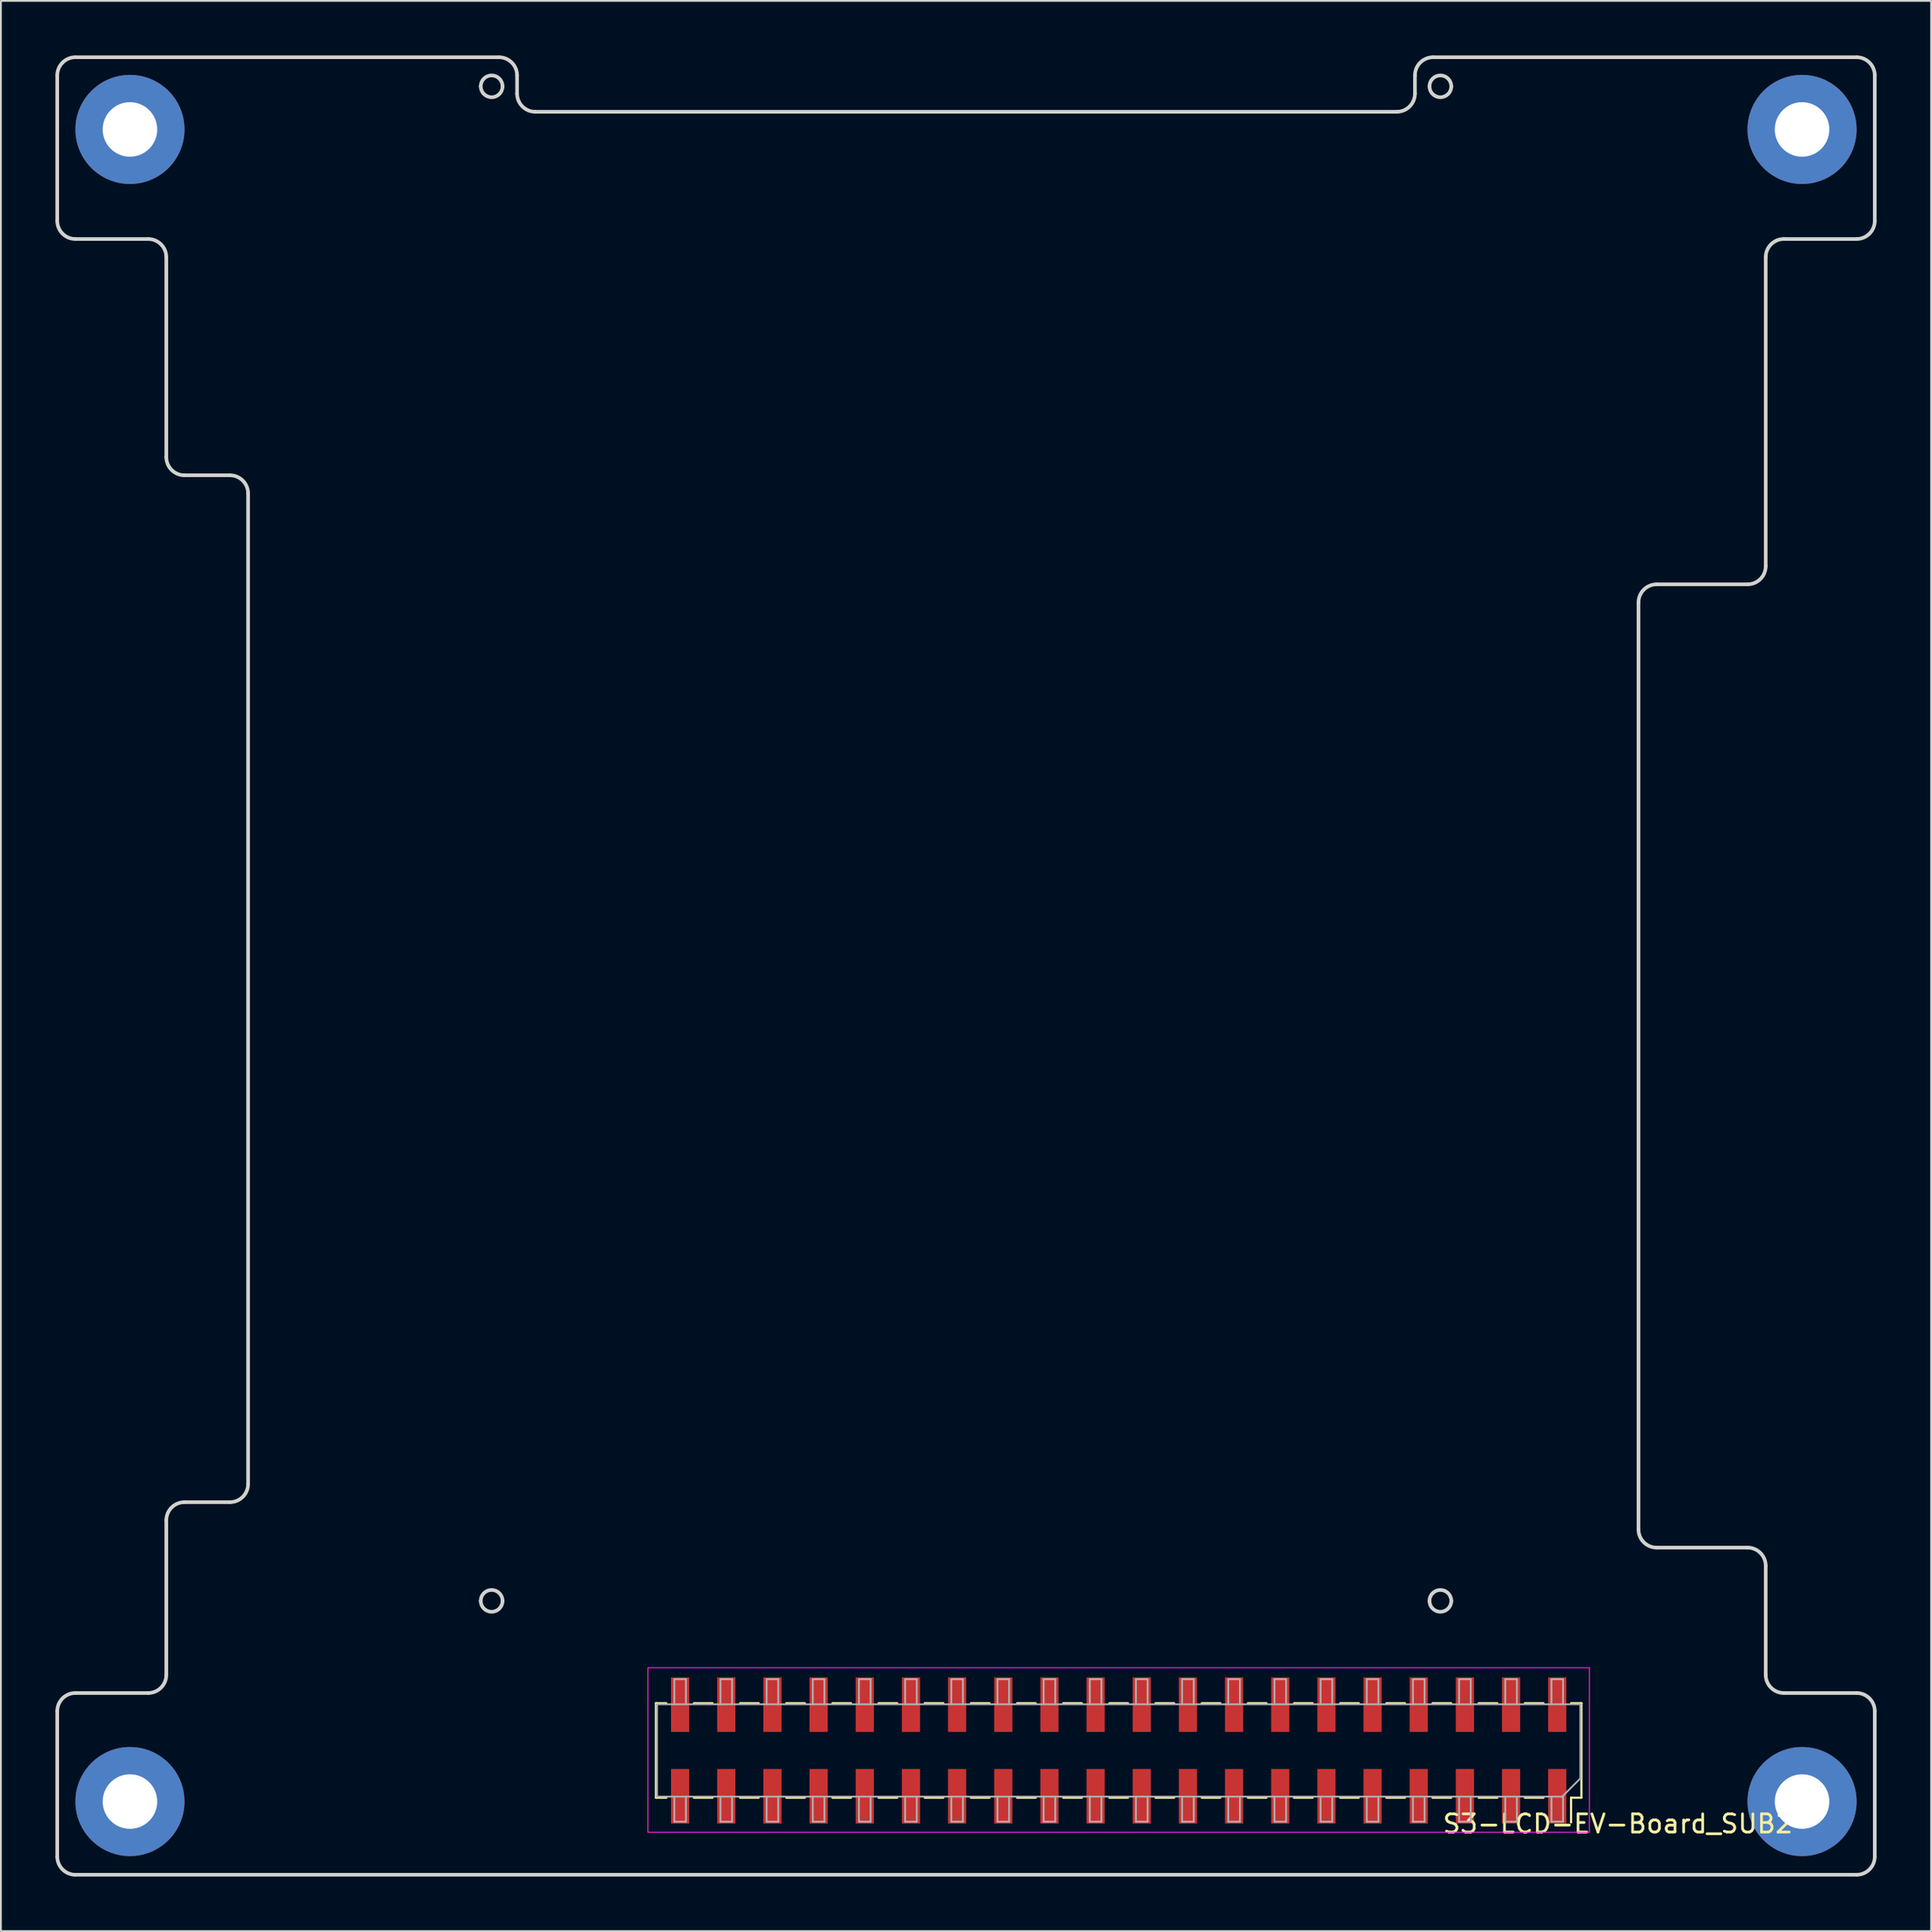
<source format=kicad_pcb>
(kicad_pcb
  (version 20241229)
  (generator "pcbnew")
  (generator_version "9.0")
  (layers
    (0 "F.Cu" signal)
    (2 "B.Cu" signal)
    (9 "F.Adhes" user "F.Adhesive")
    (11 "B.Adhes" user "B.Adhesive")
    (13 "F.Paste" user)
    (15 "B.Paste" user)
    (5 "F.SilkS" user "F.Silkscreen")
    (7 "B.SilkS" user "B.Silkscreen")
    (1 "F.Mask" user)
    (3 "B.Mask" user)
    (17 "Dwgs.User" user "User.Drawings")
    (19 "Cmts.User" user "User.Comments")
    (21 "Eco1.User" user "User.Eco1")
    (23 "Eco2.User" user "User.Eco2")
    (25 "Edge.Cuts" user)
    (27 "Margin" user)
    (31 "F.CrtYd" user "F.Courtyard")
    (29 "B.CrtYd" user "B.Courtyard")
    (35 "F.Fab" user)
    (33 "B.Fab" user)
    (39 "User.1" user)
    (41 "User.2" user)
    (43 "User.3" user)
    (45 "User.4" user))
  (footprint "S3-LCD-EV-Board_SUB2"
    (layer "F.Cu")
    (at 82.63 95.762)
    (property "Reference" "S3-LCD-EV-Board_SUB2" (at 3.335 1.531 0) (unlocked yes) (layer "F.SilkS") (effects (font (size 1 1) (thickness 0.15))))
    (attr through_hole)
    (fp_line (start -49.59 -5.102) (end -49.59 0.098) (stroke (width 0.12) (type solid)) (layer "F.SilkS"))
    (fp_line (start -49.02 -5.102) (end -49.59 -5.102) (stroke (width 0.12) (type solid)) (layer "F.SilkS"))
    (fp_line (start -49.02 0.098) (end -49.59 0.098) (stroke (width 0.12) (type solid)) (layer "F.SilkS"))
    (fp_line (start -46.48 -5.102) (end -47.5 -5.102) (stroke (width 0.12) (type solid)) (layer "F.SilkS"))
    (fp_line (start -46.48 0.098) (end -47.5 0.098) (stroke (width 0.12) (type solid)) (layer "F.SilkS"))
    (fp_line (start -43.94 -5.102) (end -44.96 -5.102) (stroke (width 0.12) (type solid)) (layer "F.SilkS"))
    (fp_line (start -43.94 0.098) (end -44.96 0.098) (stroke (width 0.12) (type solid)) (layer "F.SilkS"))
    (fp_line (start -41.4 -5.102) (end -42.42 -5.102) (stroke (width 0.12) (type solid)) (layer "F.SilkS"))
    (fp_line (start -41.4 0.098) (end -42.42 0.098) (stroke (width 0.12) (type solid)) (layer "F.SilkS"))
    (fp_line (start -38.86 -5.102) (end -39.88 -5.102) (stroke (width 0.12) (type solid)) (layer "F.SilkS"))
    (fp_line (start -38.86 0.098) (end -39.88 0.098) (stroke (width 0.12) (type solid)) (layer "F.SilkS"))
    (fp_line (start -36.32 -5.102) (end -37.34 -5.102) (stroke (width 0.12) (type solid)) (layer "F.SilkS"))
    (fp_line (start -36.32 0.098) (end -37.34 0.098) (stroke (width 0.12) (type solid)) (layer "F.SilkS"))
    (fp_line (start -33.78 -5.102) (end -34.8 -5.102) (stroke (width 0.12) (type solid)) (layer "F.SilkS"))
    (fp_line (start -33.78 0.098) (end -34.8 0.098) (stroke (width 0.12) (type solid)) (layer "F.SilkS"))
    (fp_line (start -31.24 -5.102) (end -32.26 -5.102) (stroke (width 0.12) (type solid)) (layer "F.SilkS"))
    (fp_line (start -31.24 0.098) (end -32.26 0.098) (stroke (width 0.12) (type solid)) (layer "F.SilkS"))
    (fp_line (start -28.7 -5.102) (end -29.72 -5.102) (stroke (width 0.12) (type solid)) (layer "F.SilkS"))
    (fp_line (start -28.7 0.098) (end -29.72 0.098) (stroke (width 0.12) (type solid)) (layer "F.SilkS"))
    (fp_line (start -26.16 -5.102) (end -27.18 -5.102) (stroke (width 0.12) (type solid)) (layer "F.SilkS"))
    (fp_line (start -26.16 0.098) (end -27.18 0.098) (stroke (width 0.12) (type solid)) (layer "F.SilkS"))
    (fp_line (start -23.62 -5.102) (end -24.64 -5.102) (stroke (width 0.12) (type solid)) (layer "F.SilkS"))
    (fp_line (start -23.62 0.098) (end -24.64 0.098) (stroke (width 0.12) (type solid)) (layer "F.SilkS"))
    (fp_line (start -21.08 -5.102) (end -22.1 -5.102) (stroke (width 0.12) (type solid)) (layer "F.SilkS"))
    (fp_line (start -21.08 0.098) (end -22.1 0.098) (stroke (width 0.12) (type solid)) (layer "F.SilkS"))
    (fp_line (start -18.54 -5.102) (end -19.56 -5.102) (stroke (width 0.12) (type solid)) (layer "F.SilkS"))
    (fp_line (start -18.54 0.098) (end -19.56 0.098) (stroke (width 0.12) (type solid)) (layer "F.SilkS"))
    (fp_line (start -16 -5.102) (end -17.02 -5.102) (stroke (width 0.12) (type solid)) (layer "F.SilkS"))
    (fp_line (start -16 0.098) (end -17.02 0.098) (stroke (width 0.12) (type solid)) (layer "F.SilkS"))
    (fp_line (start -13.46 -5.102) (end -14.48 -5.102) (stroke (width 0.12) (type solid)) (layer "F.SilkS"))
    (fp_line (start -13.46 0.098) (end -14.48 0.098) (stroke (width 0.12) (type solid)) (layer "F.SilkS"))
    (fp_line (start -10.92 -5.102) (end -11.94 -5.102) (stroke (width 0.12) (type solid)) (layer "F.SilkS"))
    (fp_line (start -10.92 0.098) (end -11.94 0.098) (stroke (width 0.12) (type solid)) (layer "F.SilkS"))
    (fp_line (start -8.38 -5.102) (end -9.4 -5.102) (stroke (width 0.12) (type solid)) (layer "F.SilkS"))
    (fp_line (start -8.38 0.098) (end -9.4 0.098) (stroke (width 0.12) (type solid)) (layer "F.SilkS"))
    (fp_line (start -5.84 -5.102) (end -6.86 -5.102) (stroke (width 0.12) (type solid)) (layer "F.SilkS"))
    (fp_line (start -5.84 0.098) (end -6.86 0.098) (stroke (width 0.12) (type solid)) (layer "F.SilkS"))
    (fp_line (start -3.3 -5.102) (end -4.32 -5.102) (stroke (width 0.12) (type solid)) (layer "F.SilkS"))
    (fp_line (start -3.3 0.098) (end -4.32 0.098) (stroke (width 0.12) (type solid)) (layer "F.SilkS"))
    (fp_line (start -0.76 -5.102) (end -1.78 -5.102) (stroke (width 0.12) (type solid)) (layer "F.SilkS"))
    (fp_line (start -0.76 0.098) (end -1.78 0.098) (stroke (width 0.12) (type solid)) (layer "F.SilkS"))
    (fp_line (start 0.76 0.098) (end 0.76 1.458) (stroke (width 0.12) (type solid)) (layer "F.SilkS"))
    (fp_line (start 1.33 -5.102) (end 0.76 -5.102) (stroke (width 0.12) (type solid)) (layer "F.SilkS"))
    (fp_line (start 1.33 -5.102) (end 1.33 0.098) (stroke (width 0.12) (type solid)) (layer "F.SilkS"))
    (fp_line (start 1.33 0.098) (end 0.76 0.098) (stroke (width 0.12) (type solid)) (layer "F.SilkS"))
    (fp_line (start -82.53 -94.662) (end -82.53 -86.662) (stroke (width 0.2) (type solid)) (layer "Edge.Cuts"))
    (fp_line (start -82.53 -4.662) (end -82.53 3.338) (stroke (width 0.2) (type solid)) (layer "Edge.Cuts"))
    (fp_line (start -81.53 -85.662) (end -77.53 -85.662) (stroke (width 0.2) (type solid)) (layer "Edge.Cuts"))
    (fp_line (start -81.53 4.338) (end 16.47 4.338) (stroke (width 0.2) (type solid)) (layer "Edge.Cuts"))
    (fp_line (start -77.53 -5.662) (end -81.53 -5.662) (stroke (width 0.2) (type solid)) (layer "Edge.Cuts"))
    (fp_line (start -76.53 -84.662) (end -76.53 -73.662) (stroke (width 0.2) (type solid)) (layer "Edge.Cuts"))
    (fp_line (start -76.53 -15.162) (end -76.53 -6.662) (stroke (width 0.2) (type solid)) (layer "Edge.Cuts"))
    (fp_line (start -75.53 -72.662) (end -73.03 -72.662) (stroke (width 0.2) (type solid)) (layer "Edge.Cuts"))
    (fp_line (start -73.03 -16.162) (end -75.53 -16.162) (stroke (width 0.2) (type solid)) (layer "Edge.Cuts"))
    (fp_line (start -72.03 -71.662) (end -72.03 -17.162) (stroke (width 0.2) (type solid)) (layer "Edge.Cuts"))
    (fp_line (start -58.23 -95.662) (end -81.53 -95.662) (stroke (width 0.2) (type solid)) (layer "Edge.Cuts"))
    (fp_line (start -57.23 -93.662) (end -57.23 -94.662) (stroke (width 0.2) (type solid)) (layer "Edge.Cuts"))
    (fp_line (start -8.83 -92.662) (end -56.23 -92.662) (stroke (width 0.2) (type solid)) (layer "Edge.Cuts"))
    (fp_line (start -7.83 -94.662) (end -7.83 -93.662) (stroke (width 0.2) (type solid)) (layer "Edge.Cuts"))
    (fp_line (start 4.47 -14.662) (end 4.47 -65.662) (stroke (width 0.2) (type solid)) (layer "Edge.Cuts"))
    (fp_line (start 5.47 -66.662) (end 10.47 -66.662) (stroke (width 0.2) (type solid)) (layer "Edge.Cuts"))
    (fp_line (start 10.47 -13.662) (end 5.47 -13.662) (stroke (width 0.2) (type solid)) (layer "Edge.Cuts"))
    (fp_line (start 11.47 -6.662) (end 11.47 -12.662) (stroke (width 0.2) (type solid)) (layer "Edge.Cuts"))
    (fp_line (start 11.47 -67.662) (end 11.47 -84.662) (stroke (width 0.2) (type solid)) (layer "Edge.Cuts"))
    (fp_line (start 12.47 -85.662) (end 16.47 -85.662) (stroke (width 0.2) (type solid)) (layer "Edge.Cuts"))
    (fp_line (start 16.47 -5.662) (end 12.47 -5.662) (stroke (width 0.2) (type solid)) (layer "Edge.Cuts"))
    (fp_line (start 16.47 -95.662) (end -6.83 -95.662) (stroke (width 0.2) (type solid)) (layer "Edge.Cuts"))
    (fp_line (start 17.47 3.338) (end 17.47 -4.662) (stroke (width 0.2) (type solid)) (layer "Edge.Cuts"))
    (fp_line (start 17.47 -86.662) (end 17.47 -94.662) (stroke (width 0.2) (type solid)) (layer "Edge.Cuts"))
    (fp_arc (start -82.53 -94.662) (mid -82.237107 -95.369107) (end -81.53 -95.662) (stroke (width 0.2) (type solid)) (layer "Edge.Cuts"))
    (fp_arc (start -82.53 -4.662) (mid -82.237107 -5.369107) (end -81.53 -5.662) (stroke (width 0.2) (type solid)) (layer "Edge.Cuts"))
    (fp_arc (start -81.53 -85.662) (mid -82.237107 -85.954893) (end -82.53 -86.662) (stroke (width 0.2) (type solid)) (layer "Edge.Cuts"))
    (fp_arc (start -81.53 4.338) (mid -82.237107 4.045107) (end -82.53 3.338) (stroke (width 0.2) (type solid)) (layer "Edge.Cuts"))
    (fp_arc (start -77.53 -85.662) (mid -76.822893 -85.369107) (end -76.53 -84.662) (stroke (width 0.2) (type solid)) (layer "Edge.Cuts"))
    (fp_arc (start -76.53 -15.162) (mid -76.237107 -15.869107) (end -75.53 -16.162) (stroke (width 0.2) (type solid)) (layer "Edge.Cuts"))
    (fp_arc (start -76.53 -6.662) (mid -76.822893 -5.954893) (end -77.53 -5.662) (stroke (width 0.2) (type solid)) (layer "Edge.Cuts"))
    (fp_arc (start -75.53 -72.662) (mid -76.237107 -72.954893) (end -76.53 -73.662) (stroke (width 0.2) (type solid)) (layer "Edge.Cuts"))
    (fp_arc (start -73.03 -72.662) (mid -72.322893 -72.369107) (end -72.03 -71.662) (stroke (width 0.2) (type solid)) (layer "Edge.Cuts"))
    (fp_arc (start -72.03 -17.162) (mid -72.322893 -16.454893) (end -73.03 -16.162) (stroke (width 0.2) (type solid)) (layer "Edge.Cuts"))
    (fp_arc (start -59.23 -94.062) (mid -58.63 -94.662) (end -58.03 -94.062) (stroke (width 0.2) (type solid)) (layer "Edge.Cuts"))
    (fp_arc (start -59.23 -10.732) (mid -58.63 -11.332) (end -58.03 -10.732) (stroke (width 0.2) (type solid)) (layer "Edge.Cuts"))
    (fp_arc (start -58.23 -95.662) (mid -57.522893 -95.369107) (end -57.23 -94.662) (stroke (width 0.2) (type solid)) (layer "Edge.Cuts"))
    (fp_arc (start -58.03 -94.062) (mid -58.63 -93.462) (end -59.23 -94.062) (stroke (width 0.2) (type solid)) (layer "Edge.Cuts"))
    (fp_arc (start -58.03 -10.732) (mid -58.63 -10.132) (end -59.23 -10.732) (stroke (width 0.2) (type solid)) (layer "Edge.Cuts"))
    (fp_arc (start -56.23 -92.662) (mid -56.937107 -92.954893) (end -57.23 -93.662) (stroke (width 0.2) (type solid)) (layer "Edge.Cuts"))
    (fp_arc (start -7.83 -94.662) (mid -7.537107 -95.369107) (end -6.83 -95.662) (stroke (width 0.2) (type solid)) (layer "Edge.Cuts"))
    (fp_arc (start -7.83 -93.662) (mid -8.122893 -92.954893) (end -8.83 -92.662) (stroke (width 0.2) (type solid)) (layer "Edge.Cuts"))
    (fp_arc (start -7.03 -94.062) (mid -6.43 -94.662) (end -5.83 -94.062) (stroke (width 0.2) (type solid)) (layer "Edge.Cuts"))
    (fp_arc (start -7.03 -10.732) (mid -6.43 -11.332) (end -5.83 -10.732) (stroke (width 0.2) (type solid)) (layer "Edge.Cuts"))
    (fp_arc (start -5.83 -94.062) (mid -6.43 -93.462) (end -7.03 -94.062) (stroke (width 0.2) (type solid)) (layer "Edge.Cuts"))
    (fp_arc (start -5.83 -10.732) (mid -6.43 -10.132) (end -7.03 -10.732) (stroke (width 0.2) (type solid)) (layer "Edge.Cuts"))
    (fp_arc (start 4.470001 -65.662001) (mid 4.762895 -66.369107) (end 5.470001 -66.662001) (stroke (width 0.2) (type solid)) (layer "Edge.Cuts"))
    (fp_arc (start 5.469996 -13.662001) (mid 4.762892 -13.954896) (end 4.469996 -14.662001) (stroke (width 0.2) (type solid)) (layer "Edge.Cuts"))
    (fp_arc (start 10.47 -13.662) (mid 11.177107 -13.369107) (end 11.47 -12.662) (stroke (width 0.2) (type solid)) (layer "Edge.Cuts"))
    (fp_arc (start 11.470001 -67.662) (mid 11.177108 -66.954893) (end 10.470001 -66.662) (stroke (width 0.2) (type solid)) (layer "Edge.Cuts"))
    (fp_arc (start 11.470003 -84.662) (mid 11.762896 -85.369106) (end 12.470003 -85.662) (stroke (width 0.2) (type solid)) (layer "Edge.Cuts"))
    (fp_arc (start 12.47 -5.662) (mid 11.762893 -5.954893) (end 11.47 -6.662) (stroke (width 0.2) (type solid)) (layer "Edge.Cuts"))
    (fp_arc (start 16.47 -5.662) (mid 17.177107 -5.369107) (end 17.47 -4.662) (stroke (width 0.2) (type solid)) (layer "Edge.Cuts"))
    (fp_arc (start 16.470004 -95.662) (mid 17.177108 -95.369105) (end 17.470004 -94.662) (stroke (width 0.2) (type solid)) (layer "Edge.Cuts"))
    (fp_arc (start 17.47 3.338) (mid 17.177107 4.045107) (end 16.47 4.338) (stroke (width 0.2) (type solid)) (layer "Edge.Cuts"))
    (fp_arc (start 17.470003 -86.662) (mid 17.17711 -85.954892) (end 16.470003 -85.662) (stroke (width 0.2) (type solid)) (layer "Edge.Cuts"))
    (fp_line (start -50.03 -7.052) (end 1.77 -7.052) (stroke (width 0.05) (type solid)) (layer "F.CrtYd"))
    (fp_line (start -50.03 1.998) (end -50.03 -7.052) (stroke (width 0.05) (type solid)) (layer "F.CrtYd"))
    (fp_line (start 1.77 -7.052) (end 1.77 1.998) (stroke (width 0.05) (type solid)) (layer "F.CrtYd"))
    (fp_line (start 1.77 1.998) (end -50.03 1.998) (stroke (width 0.05) (type solid)) (layer "F.CrtYd"))
    (fp_line (start -49.53 -5.042) (end 1.27 -5.042) (stroke (width 0.1) (type solid)) (layer "F.Fab"))
    (fp_line (start -49.53 0.038) (end -49.53 -5.042) (stroke (width 0.1) (type solid)) (layer "F.Fab"))
    (fp_line (start -48.58 -6.422) (end -47.94 -6.422) (stroke (width 0.1) (type solid)) (layer "F.Fab"))
    (fp_line (start -48.58 -5.042) (end -48.58 -6.422) (stroke (width 0.1) (type solid)) (layer "F.Fab"))
    (fp_line (start -48.58 1.418) (end -48.58 0.038) (stroke (width 0.1) (type solid)) (layer "F.Fab"))
    (fp_line (start -47.94 -6.422) (end -47.94 -5.042) (stroke (width 0.1) (type solid)) (layer "F.Fab"))
    (fp_line (start -47.94 0.038) (end -47.94 1.418) (stroke (width 0.1) (type solid)) (layer "F.Fab"))
    (fp_line (start -47.94 1.418) (end -48.58 1.418) (stroke (width 0.1) (type solid)) (layer "F.Fab"))
    (fp_line (start -46.04 -6.422) (end -45.4 -6.422) (stroke (width 0.1) (type solid)) (layer "F.Fab"))
    (fp_line (start -46.04 -5.042) (end -46.04 -6.422) (stroke (width 0.1) (type solid)) (layer "F.Fab"))
    (fp_line (start -46.04 1.418) (end -46.04 0.038) (stroke (width 0.1) (type solid)) (layer "F.Fab"))
    (fp_line (start -45.4 -6.422) (end -45.4 -5.042) (stroke (width 0.1) (type solid)) (layer "F.Fab"))
    (fp_line (start -45.4 0.038) (end -45.4 1.418) (stroke (width 0.1) (type solid)) (layer "F.Fab"))
    (fp_line (start -45.4 1.418) (end -46.04 1.418) (stroke (width 0.1) (type solid)) (layer "F.Fab"))
    (fp_line (start -43.5 -6.422) (end -42.86 -6.422) (stroke (width 0.1) (type solid)) (layer "F.Fab"))
    (fp_line (start -43.5 -5.042) (end -43.5 -6.422) (stroke (width 0.1) (type solid)) (layer "F.Fab"))
    (fp_line (start -43.5 1.418) (end -43.5 0.038) (stroke (width 0.1) (type solid)) (layer "F.Fab"))
    (fp_line (start -42.86 -6.422) (end -42.86 -5.042) (stroke (width 0.1) (type solid)) (layer "F.Fab"))
    (fp_line (start -42.86 0.038) (end -42.86 1.418) (stroke (width 0.1) (type solid)) (layer "F.Fab"))
    (fp_line (start -42.86 1.418) (end -43.5 1.418) (stroke (width 0.1) (type solid)) (layer "F.Fab"))
    (fp_line (start -40.96 -6.422) (end -40.32 -6.422) (stroke (width 0.1) (type solid)) (layer "F.Fab"))
    (fp_line (start -40.96 -5.042) (end -40.96 -6.422) (stroke (width 0.1) (type solid)) (layer "F.Fab"))
    (fp_line (start -40.96 1.418) (end -40.96 0.038) (stroke (width 0.1) (type solid)) (layer "F.Fab"))
    (fp_line (start -40.32 -6.422) (end -40.32 -5.042) (stroke (width 0.1) (type solid)) (layer "F.Fab"))
    (fp_line (start -40.32 0.038) (end -40.32 1.418) (stroke (width 0.1) (type solid)) (layer "F.Fab"))
    (fp_line (start -40.32 1.418) (end -40.96 1.418) (stroke (width 0.1) (type solid)) (layer "F.Fab"))
    (fp_line (start -38.42 -6.422) (end -37.78 -6.422) (stroke (width 0.1) (type solid)) (layer "F.Fab"))
    (fp_line (start -38.42 -5.042) (end -38.42 -6.422) (stroke (width 0.1) (type solid)) (layer "F.Fab"))
    (fp_line (start -38.42 1.418) (end -38.42 0.038) (stroke (width 0.1) (type solid)) (layer "F.Fab"))
    (fp_line (start -37.78 -6.422) (end -37.78 -5.042) (stroke (width 0.1) (type solid)) (layer "F.Fab"))
    (fp_line (start -37.78 0.038) (end -37.78 1.418) (stroke (width 0.1) (type solid)) (layer "F.Fab"))
    (fp_line (start -37.78 1.418) (end -38.42 1.418) (stroke (width 0.1) (type solid)) (layer "F.Fab"))
    (fp_line (start -35.88 -6.422) (end -35.24 -6.422) (stroke (width 0.1) (type solid)) (layer "F.Fab"))
    (fp_line (start -35.88 -5.042) (end -35.88 -6.422) (stroke (width 0.1) (type solid)) (layer "F.Fab"))
    (fp_line (start -35.88 1.418) (end -35.88 0.038) (stroke (width 0.1) (type solid)) (layer "F.Fab"))
    (fp_line (start -35.24 -6.422) (end -35.24 -5.042) (stroke (width 0.1) (type solid)) (layer "F.Fab"))
    (fp_line (start -35.24 0.038) (end -35.24 1.418) (stroke (width 0.1) (type solid)) (layer "F.Fab"))
    (fp_line (start -35.24 1.418) (end -35.88 1.418) (stroke (width 0.1) (type solid)) (layer "F.Fab"))
    (fp_line (start -33.34 -6.422) (end -32.7 -6.422) (stroke (width 0.1) (type solid)) (layer "F.Fab"))
    (fp_line (start -33.34 -5.042) (end -33.34 -6.422) (stroke (width 0.1) (type solid)) (layer "F.Fab"))
    (fp_line (start -33.34 1.418) (end -33.34 0.038) (stroke (width 0.1) (type solid)) (layer "F.Fab"))
    (fp_line (start -32.7 -6.422) (end -32.7 -5.042) (stroke (width 0.1) (type solid)) (layer "F.Fab"))
    (fp_line (start -32.7 0.038) (end -32.7 1.418) (stroke (width 0.1) (type solid)) (layer "F.Fab"))
    (fp_line (start -32.7 1.418) (end -33.34 1.418) (stroke (width 0.1) (type solid)) (layer "F.Fab"))
    (fp_line (start -30.8 -6.422) (end -30.16 -6.422) (stroke (width 0.1) (type solid)) (layer "F.Fab"))
    (fp_line (start -30.8 -5.042) (end -30.8 -6.422) (stroke (width 0.1) (type solid)) (layer "F.Fab"))
    (fp_line (start -30.8 1.418) (end -30.8 0.038) (stroke (width 0.1) (type solid)) (layer "F.Fab"))
    (fp_line (start -30.16 -6.422) (end -30.16 -5.042) (stroke (width 0.1) (type solid)) (layer "F.Fab"))
    (fp_line (start -30.16 0.038) (end -30.16 1.418) (stroke (width 0.1) (type solid)) (layer "F.Fab"))
    (fp_line (start -30.16 1.418) (end -30.8 1.418) (stroke (width 0.1) (type solid)) (layer "F.Fab"))
    (fp_line (start -28.26 -6.422) (end -27.62 -6.422) (stroke (width 0.1) (type solid)) (layer "F.Fab"))
    (fp_line (start -28.26 -5.042) (end -28.26 -6.422) (stroke (width 0.1) (type solid)) (layer "F.Fab"))
    (fp_line (start -28.26 1.418) (end -28.26 0.038) (stroke (width 0.1) (type solid)) (layer "F.Fab"))
    (fp_line (start -27.62 -6.422) (end -27.62 -5.042) (stroke (width 0.1) (type solid)) (layer "F.Fab"))
    (fp_line (start -27.62 0.038) (end -27.62 1.418) (stroke (width 0.1) (type solid)) (layer "F.Fab"))
    (fp_line (start -27.62 1.418) (end -28.26 1.418) (stroke (width 0.1) (type solid)) (layer "F.Fab"))
    (fp_line (start -25.72 -6.422) (end -25.08 -6.422) (stroke (width 0.1) (type solid)) (layer "F.Fab"))
    (fp_line (start -25.72 -5.042) (end -25.72 -6.422) (stroke (width 0.1) (type solid)) (layer "F.Fab"))
    (fp_line (start -25.72 1.418) (end -25.72 0.038) (stroke (width 0.1) (type solid)) (layer "F.Fab"))
    (fp_line (start -25.08 -6.422) (end -25.08 -5.042) (stroke (width 0.1) (type solid)) (layer "F.Fab"))
    (fp_line (start -25.08 0.038) (end -25.08 1.418) (stroke (width 0.1) (type solid)) (layer "F.Fab"))
    (fp_line (start -25.08 1.418) (end -25.72 1.418) (stroke (width 0.1) (type solid)) (layer "F.Fab"))
    (fp_line (start -23.18 -6.422) (end -22.54 -6.422) (stroke (width 0.1) (type solid)) (layer "F.Fab"))
    (fp_line (start -23.18 -5.042) (end -23.18 -6.422) (stroke (width 0.1) (type solid)) (layer "F.Fab"))
    (fp_line (start -23.18 1.418) (end -23.18 0.038) (stroke (width 0.1) (type solid)) (layer "F.Fab"))
    (fp_line (start -22.54 -6.422) (end -22.54 -5.042) (stroke (width 0.1) (type solid)) (layer "F.Fab"))
    (fp_line (start -22.54 0.038) (end -22.54 1.418) (stroke (width 0.1) (type solid)) (layer "F.Fab"))
    (fp_line (start -22.54 1.418) (end -23.18 1.418) (stroke (width 0.1) (type solid)) (layer "F.Fab"))
    (fp_line (start -20.64 -6.422) (end -20 -6.422) (stroke (width 0.1) (type solid)) (layer "F.Fab"))
    (fp_line (start -20.64 -5.042) (end -20.64 -6.422) (stroke (width 0.1) (type solid)) (layer "F.Fab"))
    (fp_line (start -20.64 1.418) (end -20.64 0.038) (stroke (width 0.1) (type solid)) (layer "F.Fab"))
    (fp_line (start -20 -6.422) (end -20 -5.042) (stroke (width 0.1) (type solid)) (layer "F.Fab"))
    (fp_line (start -20 0.038) (end -20 1.418) (stroke (width 0.1) (type solid)) (layer "F.Fab"))
    (fp_line (start -20 1.418) (end -20.64 1.418) (stroke (width 0.1) (type solid)) (layer "F.Fab"))
    (fp_line (start -18.1 -6.422) (end -17.46 -6.422) (stroke (width 0.1) (type solid)) (layer "F.Fab"))
    (fp_line (start -18.1 -5.042) (end -18.1 -6.422) (stroke (width 0.1) (type solid)) (layer "F.Fab"))
    (fp_line (start -18.1 1.418) (end -18.1 0.038) (stroke (width 0.1) (type solid)) (layer "F.Fab"))
    (fp_line (start -17.46 -6.422) (end -17.46 -5.042) (stroke (width 0.1) (type solid)) (layer "F.Fab"))
    (fp_line (start -17.46 0.038) (end -17.46 1.418) (stroke (width 0.1) (type solid)) (layer "F.Fab"))
    (fp_line (start -17.46 1.418) (end -18.1 1.418) (stroke (width 0.1) (type solid)) (layer "F.Fab"))
    (fp_line (start -15.56 -6.422) (end -14.92 -6.422) (stroke (width 0.1) (type solid)) (layer "F.Fab"))
    (fp_line (start -15.56 -5.042) (end -15.56 -6.422) (stroke (width 0.1) (type solid)) (layer "F.Fab"))
    (fp_line (start -15.56 1.418) (end -15.56 0.038) (stroke (width 0.1) (type solid)) (layer "F.Fab"))
    (fp_line (start -14.92 -6.422) (end -14.92 -5.042) (stroke (width 0.1) (type solid)) (layer "F.Fab"))
    (fp_line (start -14.92 0.038) (end -14.92 1.418) (stroke (width 0.1) (type solid)) (layer "F.Fab"))
    (fp_line (start -14.92 1.418) (end -15.56 1.418) (stroke (width 0.1) (type solid)) (layer "F.Fab"))
    (fp_line (start -13.02 -6.422) (end -12.38 -6.422) (stroke (width 0.1) (type solid)) (layer "F.Fab"))
    (fp_line (start -13.02 -5.042) (end -13.02 -6.422) (stroke (width 0.1) (type solid)) (layer "F.Fab"))
    (fp_line (start -13.02 1.418) (end -13.02 0.038) (stroke (width 0.1) (type solid)) (layer "F.Fab"))
    (fp_line (start -12.38 -6.422) (end -12.38 -5.042) (stroke (width 0.1) (type solid)) (layer "F.Fab"))
    (fp_line (start -12.38 0.038) (end -12.38 1.418) (stroke (width 0.1) (type solid)) (layer "F.Fab"))
    (fp_line (start -12.38 1.418) (end -13.02 1.418) (stroke (width 0.1) (type solid)) (layer "F.Fab"))
    (fp_line (start -10.48 -6.422) (end -9.84 -6.422) (stroke (width 0.1) (type solid)) (layer "F.Fab"))
    (fp_line (start -10.48 -5.042) (end -10.48 -6.422) (stroke (width 0.1) (type solid)) (layer "F.Fab"))
    (fp_line (start -10.48 1.418) (end -10.48 0.038) (stroke (width 0.1) (type solid)) (layer "F.Fab"))
    (fp_line (start -9.84 -6.422) (end -9.84 -5.042) (stroke (width 0.1) (type solid)) (layer "F.Fab"))
    (fp_line (start -9.84 0.038) (end -9.84 1.418) (stroke (width 0.1) (type solid)) (layer "F.Fab"))
    (fp_line (start -9.84 1.418) (end -10.48 1.418) (stroke (width 0.1) (type solid)) (layer "F.Fab"))
    (fp_line (start -7.94 -6.422) (end -7.3 -6.422) (stroke (width 0.1) (type solid)) (layer "F.Fab"))
    (fp_line (start -7.94 -5.042) (end -7.94 -6.422) (stroke (width 0.1) (type solid)) (layer "F.Fab"))
    (fp_line (start -7.94 1.418) (end -7.94 0.038) (stroke (width 0.1) (type solid)) (layer "F.Fab"))
    (fp_line (start -7.3 -6.422) (end -7.3 -5.042) (stroke (width 0.1) (type solid)) (layer "F.Fab"))
    (fp_line (start -7.3 0.038) (end -7.3 1.418) (stroke (width 0.1) (type solid)) (layer "F.Fab"))
    (fp_line (start -7.3 1.418) (end -7.94 1.418) (stroke (width 0.1) (type solid)) (layer "F.Fab"))
    (fp_line (start -5.4 -6.422) (end -4.76 -6.422) (stroke (width 0.1) (type solid)) (layer "F.Fab"))
    (fp_line (start -5.4 -5.042) (end -5.4 -6.422) (stroke (width 0.1) (type solid)) (layer "F.Fab"))
    (fp_line (start -5.4 1.418) (end -5.4 0.038) (stroke (width 0.1) (type solid)) (layer "F.Fab"))
    (fp_line (start -4.76 -6.422) (end -4.76 -5.042) (stroke (width 0.1) (type solid)) (layer "F.Fab"))
    (fp_line (start -4.76 0.038) (end -4.76 1.418) (stroke (width 0.1) (type solid)) (layer "F.Fab"))
    (fp_line (start -4.76 1.418) (end -5.4 1.418) (stroke (width 0.1) (type solid)) (layer "F.Fab"))
    (fp_line (start -2.86 -6.422) (end -2.22 -6.422) (stroke (width 0.1) (type solid)) (layer "F.Fab"))
    (fp_line (start -2.86 -5.042) (end -2.86 -6.422) (stroke (width 0.1) (type solid)) (layer "F.Fab"))
    (fp_line (start -2.86 1.418) (end -2.86 0.038) (stroke (width 0.1) (type solid)) (layer "F.Fab"))
    (fp_line (start -2.22 -6.422) (end -2.22 -5.042) (stroke (width 0.1) (type solid)) (layer "F.Fab"))
    (fp_line (start -2.22 0.038) (end -2.22 1.418) (stroke (width 0.1) (type solid)) (layer "F.Fab"))
    (fp_line (start -2.22 1.418) (end -2.86 1.418) (stroke (width 0.1) (type solid)) (layer "F.Fab"))
    (fp_line (start -0.32 -6.422) (end 0.32 -6.422) (stroke (width 0.1) (type solid)) (layer "F.Fab"))
    (fp_line (start -0.32 -5.042) (end -0.32 -6.422) (stroke (width 0.1) (type solid)) (layer "F.Fab"))
    (fp_line (start -0.32 1.418) (end -0.32 0.038) (stroke (width 0.1) (type solid)) (layer "F.Fab"))
    (fp_line (start 0.27 0.038) (end -49.53 0.038) (stroke (width 0.1) (type solid)) (layer "F.Fab"))
    (fp_line (start 0.32 -6.422) (end 0.32 -5.042) (stroke (width 0.1) (type solid)) (layer "F.Fab"))
    (fp_line (start 0.32 0.038) (end 0.32 1.418) (stroke (width 0.1) (type solid)) (layer "F.Fab"))
    (fp_line (start 0.32 1.418) (end -0.32 1.418) (stroke (width 0.1) (type solid)) (layer "F.Fab"))
    (fp_line (start 1.27 -5.042) (end 1.27 -0.962) (stroke (width 0.1) (type solid)) (layer "F.Fab"))
    (fp_line (start 1.27 -0.962) (end 0.27 0.038) (stroke (width 0.1) (type solid)) (layer "F.Fab"))
    (pad "" np_thru_hole circle (at -78.53 -91.69) (size 6 6) (drill 3) (layers "*.Cu" "*.Mask"))
    (pad "" np_thru_hole circle (at -78.53 0.31) (size 6 6) (drill 3) (layers "*.Cu" "*.Mask"))
    (pad "" np_thru_hole circle (at 13.47 -91.69) (size 6 6) (drill 3) (layers "*.Cu" "*.Mask"))
    (pad "" np_thru_hole circle (at 13.47 0.31) (size 6 6) (drill 3) (layers "*.Cu" "*.Mask"))
    (pad "1" smd rect (at 0 0.018 270) (size 3 1) (layers "F.Cu" "F.Mask" "F.Paste"))
    (pad "2" smd rect (at 0 -5.022 270) (size 3 1) (layers "F.Cu" "F.Mask" "F.Paste"))
    (pad "3" smd rect (at -2.54 0.018 270) (size 3 1) (layers "F.Cu" "F.Mask" "F.Paste"))
    (pad "4" smd rect (at -2.54 -5.022 270) (size 3 1) (layers "F.Cu" "F.Mask" "F.Paste"))
    (pad "5" smd rect (at -5.08 0.018 270) (size 3 1) (layers "F.Cu" "F.Mask" "F.Paste"))
    (pad "6" smd rect (at -5.08 -5.022 270) (size 3 1) (layers "F.Cu" "F.Mask" "F.Paste"))
    (pad "7" smd rect (at -7.62 0.018 270) (size 3 1) (layers "F.Cu" "F.Mask" "F.Paste"))
    (pad "8" smd rect (at -7.62 -5.022 270) (size 3 1) (layers "F.Cu" "F.Mask" "F.Paste"))
    (pad "9" smd rect (at -10.16 0.018 270) (size 3 1) (layers "F.Cu" "F.Mask" "F.Paste"))
    (pad "10" smd rect (at -10.16 -5.022 270) (size 3 1) (layers "F.Cu" "F.Mask" "F.Paste"))
    (pad "11" smd rect (at -12.7 0.018 270) (size 3 1) (layers "F.Cu" "F.Mask" "F.Paste"))
    (pad "12" smd rect (at -12.7 -5.022 270) (size 3 1) (layers "F.Cu" "F.Mask" "F.Paste"))
    (pad "13" smd rect (at -15.24 0.018 270) (size 3 1) (layers "F.Cu" "F.Mask" "F.Paste"))
    (pad "14" smd rect (at -15.24 -5.022 270) (size 3 1) (layers "F.Cu" "F.Mask" "F.Paste"))
    (pad "15" smd rect (at -17.78 0.018 270) (size 3 1) (layers "F.Cu" "F.Mask" "F.Paste"))
    (pad "16" smd rect (at -17.78 -5.022 270) (size 3 1) (layers "F.Cu" "F.Mask" "F.Paste"))
    (pad "17" smd rect (at -20.32 0.018 270) (size 3 1) (layers "F.Cu" "F.Mask" "F.Paste"))
    (pad "18" smd rect (at -20.32 -5.022 270) (size 3 1) (layers "F.Cu" "F.Mask" "F.Paste"))
    (pad "19" smd rect (at -22.86 0.018 270) (size 3 1) (layers "F.Cu" "F.Mask" "F.Paste"))
    (pad "20" smd rect (at -22.86 -5.022 270) (size 3 1) (layers "F.Cu" "F.Mask" "F.Paste"))
    (pad "21" smd rect (at -25.4 0.018 270) (size 3 1) (layers "F.Cu" "F.Mask" "F.Paste"))
    (pad "22" smd rect (at -25.4 -5.022 270) (size 3 1) (layers "F.Cu" "F.Mask" "F.Paste"))
    (pad "23" smd rect (at -27.94 0.018 270) (size 3 1) (layers "F.Cu" "F.Mask" "F.Paste"))
    (pad "24" smd rect (at -27.94 -5.022 270) (size 3 1) (layers "F.Cu" "F.Mask" "F.Paste"))
    (pad "25" smd rect (at -30.48 0.018 270) (size 3 1) (layers "F.Cu" "F.Mask" "F.Paste"))
    (pad "26" smd rect (at -30.48 -5.022 270) (size 3 1) (layers "F.Cu" "F.Mask" "F.Paste"))
    (pad "27" smd rect (at -33.02 0.018 270) (size 3 1) (layers "F.Cu" "F.Mask" "F.Paste"))
    (pad "28" smd rect (at -33.02 -5.022 270) (size 3 1) (layers "F.Cu" "F.Mask" "F.Paste"))
    (pad "29" smd rect (at -35.56 0.018 270) (size 3 1) (layers "F.Cu" "F.Mask" "F.Paste"))
    (pad "30" smd rect (at -35.56 -5.022 270) (size 3 1) (layers "F.Cu" "F.Mask" "F.Paste"))
    (pad "31" smd rect (at -38.1 0.018 270) (size 3 1) (layers "F.Cu" "F.Mask" "F.Paste"))
    (pad "32" smd rect (at -38.1 -5.022 270) (size 3 1) (layers "F.Cu" "F.Mask" "F.Paste"))
    (pad "33" smd rect (at -40.64 0.018 270) (size 3 1) (layers "F.Cu" "F.Mask" "F.Paste"))
    (pad "34" smd rect (at -40.64 -5.022 270) (size 3 1) (layers "F.Cu" "F.Mask" "F.Paste"))
    (pad "35" smd rect (at -43.18 0.018 270) (size 3 1) (layers "F.Cu" "F.Mask" "F.Paste"))
    (pad "36" smd rect (at -43.18 -5.022 270) (size 3 1) (layers "F.Cu" "F.Mask" "F.Paste"))
    (pad "37" smd rect (at -45.72 0.018 270) (size 3 1) (layers "F.Cu" "F.Mask" "F.Paste"))
    (pad "38" smd rect (at -45.72 -5.022 270) (size 3 1) (layers "F.Cu" "F.Mask" "F.Paste"))
    (pad "39" smd rect (at -48.26 0.018 270) (size 3 1) (layers "F.Cu" "F.Mask" "F.Paste"))
    (pad "40" smd rect (at -48.26 -5.022 270) (size 3 1) (layers "F.Cu" "F.Mask" "F.Paste")))
  (gr_rect
    (start -3 -3)
    (end 103.2 103.2)
    (stroke (width 0.1) (type default))
    (fill no)
    (layer "Edge.Cuts")))
</source>
